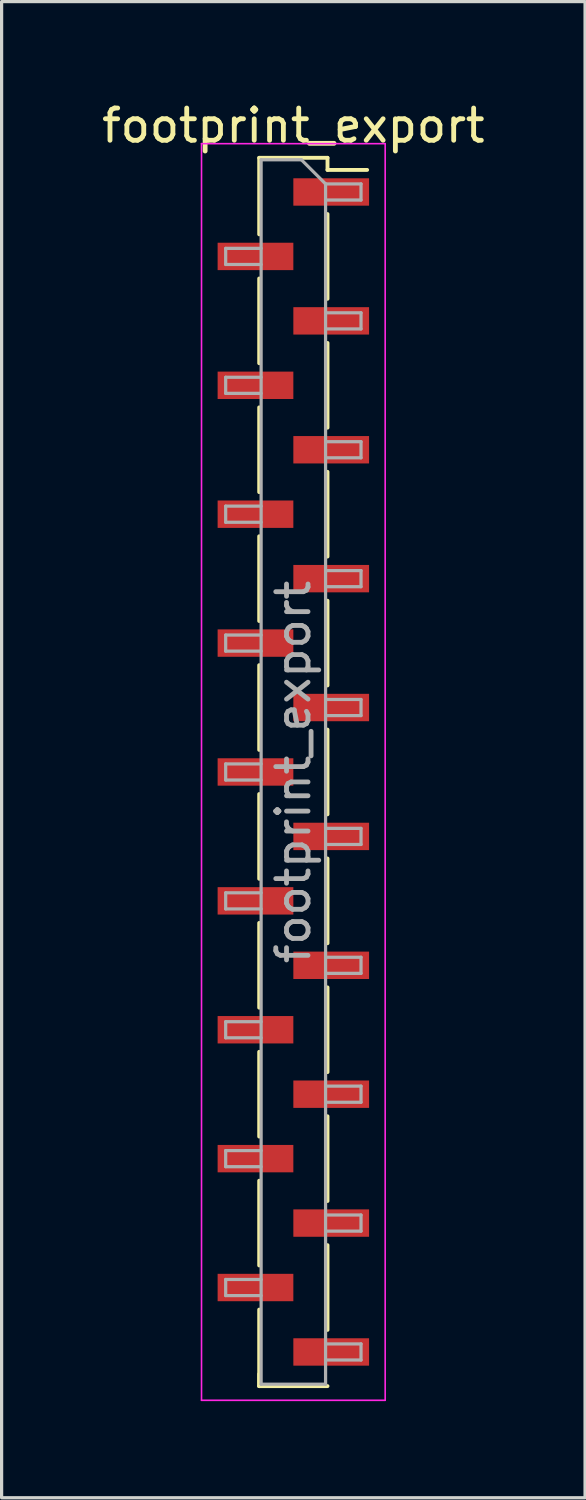
<source format=kicad_pcb>
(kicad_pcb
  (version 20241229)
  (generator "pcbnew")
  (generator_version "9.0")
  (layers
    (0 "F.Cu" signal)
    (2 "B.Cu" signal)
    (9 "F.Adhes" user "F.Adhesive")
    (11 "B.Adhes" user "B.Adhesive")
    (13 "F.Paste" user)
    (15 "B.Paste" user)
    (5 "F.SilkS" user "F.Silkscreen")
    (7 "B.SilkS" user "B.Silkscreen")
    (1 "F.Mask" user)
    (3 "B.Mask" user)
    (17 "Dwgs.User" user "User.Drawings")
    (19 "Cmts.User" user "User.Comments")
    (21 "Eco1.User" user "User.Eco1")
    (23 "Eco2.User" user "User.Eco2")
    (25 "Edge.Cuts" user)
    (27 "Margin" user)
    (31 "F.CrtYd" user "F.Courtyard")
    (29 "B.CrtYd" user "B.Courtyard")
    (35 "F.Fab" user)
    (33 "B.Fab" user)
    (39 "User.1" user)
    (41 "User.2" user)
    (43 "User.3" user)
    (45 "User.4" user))
  (footprint "footprint_export"
    (layer "F.Cu")
    (at 6.054 20.908)
    (property "Reference" "footprint_export" (at 0 -20.06 0) (layer "F.SilkS") (effects (font (size 1 1) (thickness 0.15))))
    (attr smd)
    (fp_line (start -1.06 -19.06) (end -1.06 -16.685) (stroke (width 0.12) (type solid)) (layer "F.SilkS"))
    (fp_line (start -1.06 -19.06) (end 1.06 -19.06) (stroke (width 0.12) (type solid)) (layer "F.SilkS"))
    (fp_line (start -1.06 -15.315) (end -1.06 -12.685) (stroke (width 0.12) (type solid)) (layer "F.SilkS"))
    (fp_line (start -1.06 -11.315) (end -1.06 -8.685) (stroke (width 0.12) (type solid)) (layer "F.SilkS"))
    (fp_line (start -1.06 -7.315) (end -1.06 -4.685) (stroke (width 0.12) (type solid)) (layer "F.SilkS"))
    (fp_line (start -1.06 -3.315) (end -1.06 -0.685) (stroke (width 0.12) (type solid)) (layer "F.SilkS"))
    (fp_line (start -1.06 0.685) (end -1.06 3.315) (stroke (width 0.12) (type solid)) (layer "F.SilkS"))
    (fp_line (start -1.06 4.685) (end -1.06 7.315) (stroke (width 0.12) (type solid)) (layer "F.SilkS"))
    (fp_line (start -1.06 8.685) (end -1.06 11.315) (stroke (width 0.12) (type solid)) (layer "F.SilkS"))
    (fp_line (start -1.06 12.685) (end -1.06 15.315) (stroke (width 0.12) (type solid)) (layer "F.SilkS"))
    (fp_line (start -1.06 16.685) (end -1.06 19.06) (stroke (width 0.12) (type solid)) (layer "F.SilkS"))
    (fp_line (start -1.06 18.685) (end -1.06 19.06) (stroke (width 0.12) (type solid)) (layer "F.SilkS"))
    (fp_line (start -1.06 19.06) (end 1.06 19.06) (stroke (width 0.12) (type solid)) (layer "F.SilkS"))
    (fp_line (start 1.06 -19.06) (end 1.06 -18.685) (stroke (width 0.12) (type solid)) (layer "F.SilkS"))
    (fp_line (start 1.06 -18.685) (end 2.29 -18.685) (stroke (width 0.12) (type solid)) (layer "F.SilkS"))
    (fp_line (start 1.06 -17.315) (end 1.06 -14.685) (stroke (width 0.12) (type solid)) (layer "F.SilkS"))
    (fp_line (start 1.06 -13.315) (end 1.06 -10.685) (stroke (width 0.12) (type solid)) (layer "F.SilkS"))
    (fp_line (start 1.06 -9.315) (end 1.06 -6.685) (stroke (width 0.12) (type solid)) (layer "F.SilkS"))
    (fp_line (start 1.06 -5.315) (end 1.06 -2.685) (stroke (width 0.12) (type solid)) (layer "F.SilkS"))
    (fp_line (start 1.06 -1.315) (end 1.06 1.315) (stroke (width 0.12) (type solid)) (layer "F.SilkS"))
    (fp_line (start 1.06 2.685) (end 1.06 5.315) (stroke (width 0.12) (type solid)) (layer "F.SilkS"))
    (fp_line (start 1.06 6.685) (end 1.06 9.315) (stroke (width 0.12) (type solid)) (layer "F.SilkS"))
    (fp_line (start 1.06 10.685) (end 1.06 13.315) (stroke (width 0.12) (type solid)) (layer "F.SilkS"))
    (fp_line (start 1.06 14.685) (end 1.06 17.315) (stroke (width 0.12) (type solid)) (layer "F.SilkS"))
    (fp_line (start -2.85 -19.5) (end -2.85 19.5) (stroke (width 0.05) (type solid)) (layer "F.CrtYd"))
    (fp_line (start -2.85 19.5) (end 2.85 19.5) (stroke (width 0.05) (type solid)) (layer "F.CrtYd"))
    (fp_line (start 2.85 -19.5) (end -2.85 -19.5) (stroke (width 0.05) (type solid)) (layer "F.CrtYd"))
    (fp_line (start 2.85 19.5) (end 2.85 -19.5) (stroke (width 0.05) (type solid)) (layer "F.CrtYd"))
    (fp_line (start -2.1 -16.25) (end -2.1 -15.75) (stroke (width 0.1) (type solid)) (layer "F.Fab"))
    (fp_line (start -2.1 -15.75) (end -1 -15.75) (stroke (width 0.1) (type solid)) (layer "F.Fab"))
    (fp_line (start -2.1 -12.25) (end -2.1 -11.75) (stroke (width 0.1) (type solid)) (layer "F.Fab"))
    (fp_line (start -2.1 -11.75) (end -1 -11.75) (stroke (width 0.1) (type solid)) (layer "F.Fab"))
    (fp_line (start -2.1 -8.25) (end -2.1 -7.75) (stroke (width 0.1) (type solid)) (layer "F.Fab"))
    (fp_line (start -2.1 -7.75) (end -1 -7.75) (stroke (width 0.1) (type solid)) (layer "F.Fab"))
    (fp_line (start -2.1 -4.25) (end -2.1 -3.75) (stroke (width 0.1) (type solid)) (layer "F.Fab"))
    (fp_line (start -2.1 -3.75) (end -1 -3.75) (stroke (width 0.1) (type solid)) (layer "F.Fab"))
    (fp_line (start -2.1 -0.25) (end -2.1 0.25) (stroke (width 0.1) (type solid)) (layer "F.Fab"))
    (fp_line (start -2.1 0.25) (end -1 0.25) (stroke (width 0.1) (type solid)) (layer "F.Fab"))
    (fp_line (start -2.1 3.75) (end -2.1 4.25) (stroke (width 0.1) (type solid)) (layer "F.Fab"))
    (fp_line (start -2.1 4.25) (end -1 4.25) (stroke (width 0.1) (type solid)) (layer "F.Fab"))
    (fp_line (start -2.1 7.75) (end -2.1 8.25) (stroke (width 0.1) (type solid)) (layer "F.Fab"))
    (fp_line (start -2.1 8.25) (end -1 8.25) (stroke (width 0.1) (type solid)) (layer "F.Fab"))
    (fp_line (start -2.1 11.75) (end -2.1 12.25) (stroke (width 0.1) (type solid)) (layer "F.Fab"))
    (fp_line (start -2.1 12.25) (end -1 12.25) (stroke (width 0.1) (type solid)) (layer "F.Fab"))
    (fp_line (start -2.1 15.75) (end -2.1 16.25) (stroke (width 0.1) (type solid)) (layer "F.Fab"))
    (fp_line (start -2.1 16.25) (end -1 16.25) (stroke (width 0.1) (type solid)) (layer "F.Fab"))
    (fp_line (start -1 -19) (end -1 19) (stroke (width 0.1) (type solid)) (layer "F.Fab"))
    (fp_line (start -1 -19) (end 0.25 -19) (stroke (width 0.1) (type solid)) (layer "F.Fab"))
    (fp_line (start -1 -16.25) (end -2.1 -16.25) (stroke (width 0.1) (type solid)) (layer "F.Fab"))
    (fp_line (start -1 -12.25) (end -2.1 -12.25) (stroke (width 0.1) (type solid)) (layer "F.Fab"))
    (fp_line (start -1 -8.25) (end -2.1 -8.25) (stroke (width 0.1) (type solid)) (layer "F.Fab"))
    (fp_line (start -1 -4.25) (end -2.1 -4.25) (stroke (width 0.1) (type solid)) (layer "F.Fab"))
    (fp_line (start -1 -0.25) (end -2.1 -0.25) (stroke (width 0.1) (type solid)) (layer "F.Fab"))
    (fp_line (start -1 3.75) (end -2.1 3.75) (stroke (width 0.1) (type solid)) (layer "F.Fab"))
    (fp_line (start -1 7.75) (end -2.1 7.75) (stroke (width 0.1) (type solid)) (layer "F.Fab"))
    (fp_line (start -1 11.75) (end -2.1 11.75) (stroke (width 0.1) (type solid)) (layer "F.Fab"))
    (fp_line (start -1 15.75) (end -2.1 15.75) (stroke (width 0.1) (type solid)) (layer "F.Fab"))
    (fp_line (start 1 -18.25) (end 0.25 -19) (stroke (width 0.1) (type solid)) (layer "F.Fab"))
    (fp_line (start 1 -18.25) (end 2.1 -18.25) (stroke (width 0.1) (type solid)) (layer "F.Fab"))
    (fp_line (start 1 -14.25) (end 2.1 -14.25) (stroke (width 0.1) (type solid)) (layer "F.Fab"))
    (fp_line (start 1 -10.25) (end 2.1 -10.25) (stroke (width 0.1) (type solid)) (layer "F.Fab"))
    (fp_line (start 1 -6.25) (end 2.1 -6.25) (stroke (width 0.1) (type solid)) (layer "F.Fab"))
    (fp_line (start 1 -2.25) (end 2.1 -2.25) (stroke (width 0.1) (type solid)) (layer "F.Fab"))
    (fp_line (start 1 1.75) (end 2.1 1.75) (stroke (width 0.1) (type solid)) (layer "F.Fab"))
    (fp_line (start 1 5.75) (end 2.1 5.75) (stroke (width 0.1) (type solid)) (layer "F.Fab"))
    (fp_line (start 1 9.75) (end 2.1 9.75) (stroke (width 0.1) (type solid)) (layer "F.Fab"))
    (fp_line (start 1 13.75) (end 2.1 13.75) (stroke (width 0.1) (type solid)) (layer "F.Fab"))
    (fp_line (start 1 17.75) (end 2.1 17.75) (stroke (width 0.1) (type solid)) (layer "F.Fab"))
    (fp_line (start 1 19) (end -1 19) (stroke (width 0.1) (type solid)) (layer "F.Fab"))
    (fp_line (start 1 19) (end 1 -18.25) (stroke (width 0.1) (type solid)) (layer "F.Fab"))
    (fp_line (start 2.1 -18.25) (end 2.1 -17.75) (stroke (width 0.1) (type solid)) (layer "F.Fab"))
    (fp_line (start 2.1 -17.75) (end 1 -17.75) (stroke (width 0.1) (type solid)) (layer "F.Fab"))
    (fp_line (start 2.1 -14.25) (end 2.1 -13.75) (stroke (width 0.1) (type solid)) (layer "F.Fab"))
    (fp_line (start 2.1 -13.75) (end 1 -13.75) (stroke (width 0.1) (type solid)) (layer "F.Fab"))
    (fp_line (start 2.1 -10.25) (end 2.1 -9.75) (stroke (width 0.1) (type solid)) (layer "F.Fab"))
    (fp_line (start 2.1 -9.75) (end 1 -9.75) (stroke (width 0.1) (type solid)) (layer "F.Fab"))
    (fp_line (start 2.1 -6.25) (end 2.1 -5.75) (stroke (width 0.1) (type solid)) (layer "F.Fab"))
    (fp_line (start 2.1 -5.75) (end 1 -5.75) (stroke (width 0.1) (type solid)) (layer "F.Fab"))
    (fp_line (start 2.1 -2.25) (end 2.1 -1.75) (stroke (width 0.1) (type solid)) (layer "F.Fab"))
    (fp_line (start 2.1 -1.75) (end 1 -1.75) (stroke (width 0.1) (type solid)) (layer "F.Fab"))
    (fp_line (start 2.1 1.75) (end 2.1 2.25) (stroke (width 0.1) (type solid)) (layer "F.Fab"))
    (fp_line (start 2.1 2.25) (end 1 2.25) (stroke (width 0.1) (type solid)) (layer "F.Fab"))
    (fp_line (start 2.1 5.75) (end 2.1 6.25) (stroke (width 0.1) (type solid)) (layer "F.Fab"))
    (fp_line (start 2.1 6.25) (end 1 6.25) (stroke (width 0.1) (type solid)) (layer "F.Fab"))
    (fp_line (start 2.1 9.75) (end 2.1 10.25) (stroke (width 0.1) (type solid)) (layer "F.Fab"))
    (fp_line (start 2.1 10.25) (end 1 10.25) (stroke (width 0.1) (type solid)) (layer "F.Fab"))
    (fp_line (start 2.1 13.75) (end 2.1 14.25) (stroke (width 0.1) (type solid)) (layer "F.Fab"))
    (fp_line (start 2.1 14.25) (end 1 14.25) (stroke (width 0.1) (type solid)) (layer "F.Fab"))
    (fp_line (start 2.1 17.75) (end 2.1 18.25) (stroke (width 0.1) (type solid)) (layer "F.Fab"))
    (fp_line (start 2.1 18.25) (end 1 18.25) (stroke (width 0.1) (type solid)) (layer "F.Fab"))
    (fp_text user "${REFERENCE}" (at 0 0 90) (layer "F.Fab") (effects (font (size 1 1) (thickness 0.15))))
    (pad "1" smd rect (at 1.175 -18) (size 2.35 0.85) (layers "F.Cu" "F.Mask" "F.Paste"))
    (pad "2" smd rect (at -1.175 -16) (size 2.35 0.85) (layers "F.Cu" "F.Mask" "F.Paste"))
    (pad "3" smd rect (at 1.175 -14) (size 2.35 0.85) (layers "F.Cu" "F.Mask" "F.Paste"))
    (pad "4" smd rect (at -1.175 -12) (size 2.35 0.85) (layers "F.Cu" "F.Mask" "F.Paste"))
    (pad "5" smd rect (at 1.175 -10) (size 2.35 0.85) (layers "F.Cu" "F.Mask" "F.Paste"))
    (pad "6" smd rect (at -1.175 -8) (size 2.35 0.85) (layers "F.Cu" "F.Mask" "F.Paste"))
    (pad "7" smd rect (at 1.175 -6) (size 2.35 0.85) (layers "F.Cu" "F.Mask" "F.Paste"))
    (pad "8" smd rect (at -1.175 -4) (size 2.35 0.85) (layers "F.Cu" "F.Mask" "F.Paste"))
    (pad "9" smd rect (at 1.175 -2) (size 2.35 0.85) (layers "F.Cu" "F.Mask" "F.Paste"))
    (pad "10" smd rect (at -1.175 0) (size 2.35 0.85) (layers "F.Cu" "F.Mask" "F.Paste"))
    (pad "11" smd rect (at 1.175 2) (size 2.35 0.85) (layers "F.Cu" "F.Mask" "F.Paste"))
    (pad "12" smd rect (at -1.175 4) (size 2.35 0.85) (layers "F.Cu" "F.Mask" "F.Paste"))
    (pad "13" smd rect (at 1.175 6) (size 2.35 0.85) (layers "F.Cu" "F.Mask" "F.Paste"))
    (pad "14" smd rect (at -1.175 8) (size 2.35 0.85) (layers "F.Cu" "F.Mask" "F.Paste"))
    (pad "15" smd rect (at 1.175 10) (size 2.35 0.85) (layers "F.Cu" "F.Mask" "F.Paste"))
    (pad "16" smd rect (at -1.175 12) (size 2.35 0.85) (layers "F.Cu" "F.Mask" "F.Paste"))
    (pad "17" smd rect (at 1.175 14) (size 2.35 0.85) (layers "F.Cu" "F.Mask" "F.Paste"))
    (pad "18" smd rect (at -1.175 16) (size 2.35 0.85) (layers "F.Cu" "F.Mask" "F.Paste"))
    (pad "19" smd rect (at 1.175 18) (size 2.35 0.85) (layers "F.Cu" "F.Mask" "F.Paste")))
  (gr_rect
    (start -3 -3)
    (end 15.107 43.433)
    (stroke (width 0.1) (type default))
    (fill no)
    (layer "Edge.Cuts")))
</source>
